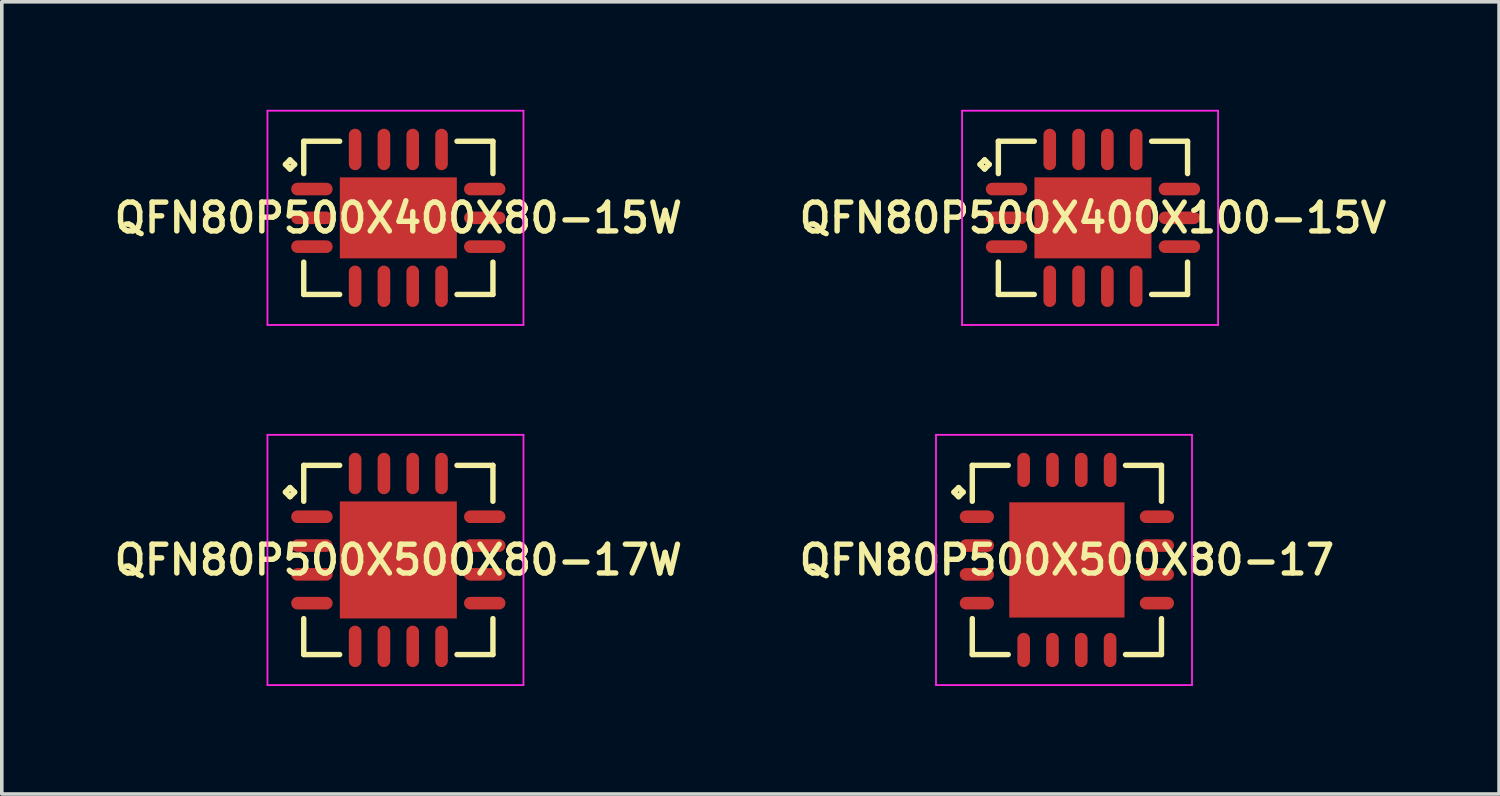
<source format=kicad_pcb>
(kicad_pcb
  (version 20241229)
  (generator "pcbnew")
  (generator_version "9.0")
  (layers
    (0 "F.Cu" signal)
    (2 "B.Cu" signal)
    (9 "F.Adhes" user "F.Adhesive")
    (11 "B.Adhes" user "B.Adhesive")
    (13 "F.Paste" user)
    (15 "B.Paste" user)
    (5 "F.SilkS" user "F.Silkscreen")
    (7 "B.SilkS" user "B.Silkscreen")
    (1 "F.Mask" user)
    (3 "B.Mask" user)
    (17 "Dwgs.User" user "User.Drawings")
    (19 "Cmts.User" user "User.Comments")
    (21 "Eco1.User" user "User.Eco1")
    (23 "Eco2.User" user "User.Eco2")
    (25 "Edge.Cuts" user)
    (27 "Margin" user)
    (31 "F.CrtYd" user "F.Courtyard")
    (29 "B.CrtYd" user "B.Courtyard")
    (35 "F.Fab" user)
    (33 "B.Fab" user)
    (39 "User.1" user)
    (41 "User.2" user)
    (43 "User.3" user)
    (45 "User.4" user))
  (footprint "QFN80P500X400X80-15W"
    (layer "F.Cu")
    (at 8.012 3)
    (property "Reference" "QFN80P500X400X80-15W" (at 0 0 0) (layer "F.SilkS") (effects (font (size 0.8 0.8) (thickness 0.15))))
    (attr smd)
    (fp_line (start -3.135 -1.483) (end -3.008 -1.61) (stroke (width 0.15) (type solid)) (layer "F.SilkS"))
    (fp_line (start -3.008 -1.61) (end -2.881 -1.483) (stroke (width 0.15) (type solid)) (layer "F.SilkS"))
    (fp_line (start -3.008 -1.356) (end -3.135 -1.483) (stroke (width 0.15) (type solid)) (layer "F.SilkS"))
    (fp_line (start -2.881 -1.483) (end -3.008 -1.356) (stroke (width 0.15) (type solid)) (layer "F.SilkS"))
    (fp_line (start -2.627 -2.127) (end -1.629 -2.127) (stroke (width 0.15) (type solid)) (layer "F.SilkS"))
    (fp_line (start -2.627 -1.229) (end -2.627 -2.127) (stroke (width 0.15) (type solid)) (layer "F.SilkS"))
    (fp_line (start -2.627 1.229) (end -2.627 2.127) (stroke (width 0.15) (type solid)) (layer "F.SilkS"))
    (fp_line (start -2.627 2.127) (end -1.629 2.127) (stroke (width 0.15) (type solid)) (layer "F.SilkS"))
    (fp_line (start 1.629 -2.127) (end 2.627 -2.127) (stroke (width 0.15) (type solid)) (layer "F.SilkS"))
    (fp_line (start 1.629 2.127) (end 2.627 2.127) (stroke (width 0.15) (type solid)) (layer "F.SilkS"))
    (fp_line (start 2.627 -2.127) (end 2.627 -1.229) (stroke (width 0.15) (type solid)) (layer "F.SilkS"))
    (fp_line (start 2.627 2.127) (end 2.627 1.229) (stroke (width 0.15) (type solid)) (layer "F.SilkS"))
    (fp_line (start -3.635 -2.975) (end 3.475 -2.975) (stroke (width 0.05) (type solid)) (layer "F.CrtYd"))
    (fp_line (start -3.635 2.975) (end -3.635 -2.975) (stroke (width 0.05) (type solid)) (layer "F.CrtYd"))
    (fp_line (start 3.475 -2.975) (end 3.475 2.975) (stroke (width 0.05) (type solid)) (layer "F.CrtYd"))
    (fp_line (start 3.475 2.975) (end -3.635 2.975) (stroke (width 0.05) (type solid)) (layer "F.CrtYd"))
    (pad "1" smd oval (at -2.4 -0.8) (size 1.15 0.35) (layers "F.Cu" "F.Mask" "F.Paste"))
    (pad "2" smd oval (at -2.4 0) (size 1.15 0.35) (layers "F.Cu" "F.Mask" "F.Paste"))
    (pad "3" smd oval (at -2.4 0.8) (size 1.15 0.35) (layers "F.Cu" "F.Mask" "F.Paste"))
    (pad "4" smd oval (at -1.2 1.9) (size 0.35 1.15) (layers "F.Cu" "F.Mask" "F.Paste"))
    (pad "5" smd oval (at -0.4 1.9) (size 0.35 1.15) (layers "F.Cu" "F.Mask" "F.Paste"))
    (pad "6" smd oval (at 0.4 1.9) (size 0.35 1.15) (layers "F.Cu" "F.Mask" "F.Paste"))
    (pad "7" smd oval (at 1.2 1.9) (size 0.35 1.15) (layers "F.Cu" "F.Mask" "F.Paste"))
    (pad "8" smd oval (at 2.4 0.8) (size 1.15 0.35) (layers "F.Cu" "F.Mask" "F.Paste"))
    (pad "9" smd oval (at 2.4 0) (size 1.15 0.35) (layers "F.Cu" "F.Mask" "F.Paste"))
    (pad "10" smd oval (at 2.4 -0.8) (size 1.15 0.35) (layers "F.Cu" "F.Mask" "F.Paste"))
    (pad "11" smd oval (at 1.2 -1.9) (size 0.35 1.15) (layers "F.Cu" "F.Mask" "F.Paste"))
    (pad "12" smd oval (at 0.4 -1.9) (size 0.35 1.15) (layers "F.Cu" "F.Mask" "F.Paste"))
    (pad "13" smd oval (at -0.4 -1.9) (size 0.35 1.15) (layers "F.Cu" "F.Mask" "F.Paste"))
    (pad "14" smd oval (at -1.2 -1.9) (size 0.35 1.15) (layers "F.Cu" "F.Mask" "F.Paste"))
    (pad "15" smd rect (at 0 0) (size 3.25 2.25) (layers "F.Cu" "F.Mask" "F.Paste")))
  (footprint "QFN80P500X500X80-17"
    (layer "F.Cu")
    (at 26.578 12.5)
    (property "Reference" "QFN80P500X500X80-17" (at 0 0 0) (layer "F.SilkS") (effects (font (size 0.8 0.8) (thickness 0.15))))
    (attr smd)
    (fp_line (start -3.135 -1.883) (end -3.008 -2.01) (stroke (width 0.15) (type solid)) (layer "F.SilkS"))
    (fp_line (start -3.008 -2.01) (end -2.881 -1.883) (stroke (width 0.15) (type solid)) (layer "F.SilkS"))
    (fp_line (start -3.008 -1.756) (end -3.135 -1.883) (stroke (width 0.15) (type solid)) (layer "F.SilkS"))
    (fp_line (start -2.881 -1.883) (end -3.008 -1.756) (stroke (width 0.15) (type solid)) (layer "F.SilkS"))
    (fp_line (start -2.627 -2.627) (end -1.629 -2.627) (stroke (width 0.15) (type solid)) (layer "F.SilkS"))
    (fp_line (start -2.627 -1.629) (end -2.627 -2.627) (stroke (width 0.15) (type solid)) (layer "F.SilkS"))
    (fp_line (start -2.627 1.629) (end -2.627 2.627) (stroke (width 0.15) (type solid)) (layer "F.SilkS"))
    (fp_line (start -2.627 2.627) (end -1.629 2.627) (stroke (width 0.15) (type solid)) (layer "F.SilkS"))
    (fp_line (start 1.629 -2.627) (end 2.627 -2.627) (stroke (width 0.15) (type solid)) (layer "F.SilkS"))
    (fp_line (start 1.629 2.627) (end 2.627 2.627) (stroke (width 0.15) (type solid)) (layer "F.SilkS"))
    (fp_line (start 2.627 -2.627) (end 2.627 -1.629) (stroke (width 0.15) (type solid)) (layer "F.SilkS"))
    (fp_line (start 2.627 2.627) (end 2.627 1.629) (stroke (width 0.15) (type solid)) (layer "F.SilkS"))
    (fp_line (start -3.635 -3.475) (end 3.475 -3.475) (stroke (width 0.05) (type solid)) (layer "F.CrtYd"))
    (fp_line (start -3.635 3.475) (end -3.635 -3.475) (stroke (width 0.05) (type solid)) (layer "F.CrtYd"))
    (fp_line (start 3.475 -3.475) (end 3.475 3.475) (stroke (width 0.05) (type solid)) (layer "F.CrtYd"))
    (fp_line (start 3.475 3.475) (end -3.635 3.475) (stroke (width 0.05) (type solid)) (layer "F.CrtYd"))
    (pad "1" smd oval (at -2.5 -1.2) (size 0.95 0.35) (layers "F.Cu" "F.Mask" "F.Paste"))
    (pad "2" smd oval (at -2.5 -0.4) (size 0.95 0.35) (layers "F.Cu" "F.Mask" "F.Paste"))
    (pad "3" smd oval (at -2.5 0.4) (size 0.95 0.35) (layers "F.Cu" "F.Mask" "F.Paste"))
    (pad "4" smd oval (at -2.5 1.2) (size 0.95 0.35) (layers "F.Cu" "F.Mask" "F.Paste"))
    (pad "5" smd oval (at -1.2 2.5) (size 0.35 0.95) (layers "F.Cu" "F.Mask" "F.Paste"))
    (pad "6" smd oval (at -0.4 2.5) (size 0.35 0.95) (layers "F.Cu" "F.Mask" "F.Paste"))
    (pad "7" smd oval (at 0.4 2.5) (size 0.35 0.95) (layers "F.Cu" "F.Mask" "F.Paste"))
    (pad "8" smd oval (at 1.2 2.5) (size 0.35 0.95) (layers "F.Cu" "F.Mask" "F.Paste"))
    (pad "9" smd oval (at 2.5 1.2) (size 0.95 0.35) (layers "F.Cu" "F.Mask" "F.Paste"))
    (pad "10" smd oval (at 2.5 0.4) (size 0.95 0.35) (layers "F.Cu" "F.Mask" "F.Paste"))
    (pad "11" smd oval (at 2.5 -0.4) (size 0.95 0.35) (layers "F.Cu" "F.Mask" "F.Paste"))
    (pad "12" smd oval (at 2.5 -1.2) (size 0.95 0.35) (layers "F.Cu" "F.Mask" "F.Paste"))
    (pad "13" smd oval (at 1.2 -2.5) (size 0.35 0.95) (layers "F.Cu" "F.Mask" "F.Paste"))
    (pad "14" smd oval (at 0.4 -2.5) (size 0.35 0.95) (layers "F.Cu" "F.Mask" "F.Paste"))
    (pad "15" smd oval (at -0.4 -2.5) (size 0.35 0.95) (layers "F.Cu" "F.Mask" "F.Paste"))
    (pad "16" smd oval (at -1.2 -2.5) (size 0.35 0.95) (layers "F.Cu" "F.Mask" "F.Paste"))
    (pad "17" smd rect (at 0 0) (size 3.2 3.2) (layers "F.Cu" "F.Mask" "F.Paste")))
  (footprint "QFN80P500X500X80-17W"
    (layer "F.Cu")
    (at 8.012 12.5)
    (property "Reference" "QFN80P500X500X80-17W" (at 0 0 0) (layer "F.SilkS") (effects (font (size 0.8 0.8) (thickness 0.15))))
    (attr smd)
    (fp_line (start -3.135 -1.883) (end -3.008 -2.01) (stroke (width 0.15) (type solid)) (layer "F.SilkS"))
    (fp_line (start -3.008 -2.01) (end -2.881 -1.883) (stroke (width 0.15) (type solid)) (layer "F.SilkS"))
    (fp_line (start -3.008 -1.756) (end -3.135 -1.883) (stroke (width 0.15) (type solid)) (layer "F.SilkS"))
    (fp_line (start -2.881 -1.883) (end -3.008 -1.756) (stroke (width 0.15) (type solid)) (layer "F.SilkS"))
    (fp_line (start -2.627 -2.627) (end -1.629 -2.627) (stroke (width 0.15) (type solid)) (layer "F.SilkS"))
    (fp_line (start -2.627 -1.629) (end -2.627 -2.627) (stroke (width 0.15) (type solid)) (layer "F.SilkS"))
    (fp_line (start -2.627 1.629) (end -2.627 2.627) (stroke (width 0.15) (type solid)) (layer "F.SilkS"))
    (fp_line (start -2.627 2.627) (end -1.629 2.627) (stroke (width 0.15) (type solid)) (layer "F.SilkS"))
    (fp_line (start 1.629 -2.627) (end 2.627 -2.627) (stroke (width 0.15) (type solid)) (layer "F.SilkS"))
    (fp_line (start 1.629 2.627) (end 2.627 2.627) (stroke (width 0.15) (type solid)) (layer "F.SilkS"))
    (fp_line (start 2.627 -2.627) (end 2.627 -1.629) (stroke (width 0.15) (type solid)) (layer "F.SilkS"))
    (fp_line (start 2.627 2.627) (end 2.627 1.629) (stroke (width 0.15) (type solid)) (layer "F.SilkS"))
    (fp_line (start -3.635 -3.475) (end 3.475 -3.475) (stroke (width 0.05) (type solid)) (layer "F.CrtYd"))
    (fp_line (start -3.635 3.475) (end -3.635 -3.475) (stroke (width 0.05) (type solid)) (layer "F.CrtYd"))
    (fp_line (start 3.475 -3.475) (end 3.475 3.475) (stroke (width 0.05) (type solid)) (layer "F.CrtYd"))
    (fp_line (start 3.475 3.475) (end -3.635 3.475) (stroke (width 0.05) (type solid)) (layer "F.CrtYd"))
    (pad "1" smd oval (at -2.4 -1.2) (size 1.15 0.35) (layers "F.Cu" "F.Mask" "F.Paste"))
    (pad "2" smd oval (at -2.4 -0.4) (size 1.15 0.35) (layers "F.Cu" "F.Mask" "F.Paste"))
    (pad "3" smd oval (at -2.4 0.4) (size 1.15 0.35) (layers "F.Cu" "F.Mask" "F.Paste"))
    (pad "4" smd oval (at -2.4 1.2) (size 1.15 0.35) (layers "F.Cu" "F.Mask" "F.Paste"))
    (pad "5" smd oval (at -1.2 2.4) (size 0.35 1.15) (layers "F.Cu" "F.Mask" "F.Paste"))
    (pad "6" smd oval (at -0.4 2.4) (size 0.35 1.15) (layers "F.Cu" "F.Mask" "F.Paste"))
    (pad "7" smd oval (at 0.4 2.4) (size 0.35 1.15) (layers "F.Cu" "F.Mask" "F.Paste"))
    (pad "8" smd oval (at 1.2 2.4) (size 0.35 1.15) (layers "F.Cu" "F.Mask" "F.Paste"))
    (pad "9" smd oval (at 2.4 1.2) (size 1.15 0.35) (layers "F.Cu" "F.Mask" "F.Paste"))
    (pad "10" smd oval (at 2.4 0.4) (size 1.15 0.35) (layers "F.Cu" "F.Mask" "F.Paste"))
    (pad "11" smd oval (at 2.4 -0.4) (size 1.15 0.35) (layers "F.Cu" "F.Mask" "F.Paste"))
    (pad "12" smd oval (at 2.4 -1.2) (size 1.15 0.35) (layers "F.Cu" "F.Mask" "F.Paste"))
    (pad "13" smd oval (at 1.2 -2.4) (size 0.35 1.15) (layers "F.Cu" "F.Mask" "F.Paste"))
    (pad "14" smd oval (at 0.4 -2.4) (size 0.35 1.15) (layers "F.Cu" "F.Mask" "F.Paste"))
    (pad "15" smd oval (at -0.4 -2.4) (size 0.35 1.15) (layers "F.Cu" "F.Mask" "F.Paste"))
    (pad "16" smd oval (at -1.2 -2.4) (size 0.35 1.15) (layers "F.Cu" "F.Mask" "F.Paste"))
    (pad "17" smd rect (at 0 0) (size 3.25 3.25) (layers "F.Cu" "F.Mask" "F.Paste")))
  (footprint "QFN80P500X400X100-15V"
    (layer "F.Cu")
    (at 27.302 3)
    (property "Reference" "QFN80P500X400X100-15V" (at 0 0 0) (layer "F.SilkS") (effects (font (size 0.8 0.8) (thickness 0.15))))
    (attr smd)
    (fp_line (start -3.135 -1.483) (end -3.008 -1.61) (stroke (width 0.15) (type solid)) (layer "F.SilkS"))
    (fp_line (start -3.008 -1.61) (end -2.881 -1.483) (stroke (width 0.15) (type solid)) (layer "F.SilkS"))
    (fp_line (start -3.008 -1.356) (end -3.135 -1.483) (stroke (width 0.15) (type solid)) (layer "F.SilkS"))
    (fp_line (start -2.881 -1.483) (end -3.008 -1.356) (stroke (width 0.15) (type solid)) (layer "F.SilkS"))
    (fp_line (start -2.627 -2.127) (end -1.629 -2.127) (stroke (width 0.15) (type solid)) (layer "F.SilkS"))
    (fp_line (start -2.627 -1.229) (end -2.627 -2.127) (stroke (width 0.15) (type solid)) (layer "F.SilkS"))
    (fp_line (start -2.627 1.229) (end -2.627 2.127) (stroke (width 0.15) (type solid)) (layer "F.SilkS"))
    (fp_line (start -2.627 2.127) (end -1.629 2.127) (stroke (width 0.15) (type solid)) (layer "F.SilkS"))
    (fp_line (start 1.629 -2.127) (end 2.627 -2.127) (stroke (width 0.15) (type solid)) (layer "F.SilkS"))
    (fp_line (start 1.629 2.127) (end 2.627 2.127) (stroke (width 0.15) (type solid)) (layer "F.SilkS"))
    (fp_line (start 2.627 -2.127) (end 2.627 -1.229) (stroke (width 0.15) (type solid)) (layer "F.SilkS"))
    (fp_line (start 2.627 2.127) (end 2.627 1.229) (stroke (width 0.15) (type solid)) (layer "F.SilkS"))
    (fp_line (start -3.635 -2.975) (end 3.475 -2.975) (stroke (width 0.05) (type solid)) (layer "F.CrtYd"))
    (fp_line (start -3.635 2.975) (end -3.635 -2.975) (stroke (width 0.05) (type solid)) (layer "F.CrtYd"))
    (fp_line (start 3.475 -2.975) (end 3.475 2.975) (stroke (width 0.05) (type solid)) (layer "F.CrtYd"))
    (fp_line (start 3.475 2.975) (end -3.635 2.975) (stroke (width 0.05) (type solid)) (layer "F.CrtYd"))
    (pad "1" smd oval (at -2.4 -0.8) (size 1.15 0.35) (layers "F.Cu" "F.Mask" "F.Paste"))
    (pad "2" smd oval (at -2.4 0) (size 1.15 0.35) (layers "F.Cu" "F.Mask" "F.Paste"))
    (pad "3" smd oval (at -2.4 0.8) (size 1.15 0.35) (layers "F.Cu" "F.Mask" "F.Paste"))
    (pad "4" smd oval (at -1.2 1.9) (size 0.35 1.15) (layers "F.Cu" "F.Mask" "F.Paste"))
    (pad "5" smd oval (at -0.4 1.9) (size 0.35 1.15) (layers "F.Cu" "F.Mask" "F.Paste"))
    (pad "6" smd oval (at 0.4 1.9) (size 0.35 1.15) (layers "F.Cu" "F.Mask" "F.Paste"))
    (pad "7" smd oval (at 1.2 1.9) (size 0.35 1.15) (layers "F.Cu" "F.Mask" "F.Paste"))
    (pad "8" smd oval (at 2.4 0.8) (size 1.15 0.35) (layers "F.Cu" "F.Mask" "F.Paste"))
    (pad "9" smd oval (at 2.4 0) (size 1.15 0.35) (layers "F.Cu" "F.Mask" "F.Paste"))
    (pad "10" smd oval (at 2.4 -0.8) (size 1.15 0.35) (layers "F.Cu" "F.Mask" "F.Paste"))
    (pad "11" smd oval (at 1.2 -1.9) (size 0.35 1.15) (layers "F.Cu" "F.Mask" "F.Paste"))
    (pad "12" smd oval (at 0.4 -1.9) (size 0.35 1.15) (layers "F.Cu" "F.Mask" "F.Paste"))
    (pad "13" smd oval (at -0.4 -1.9) (size 0.35 1.15) (layers "F.Cu" "F.Mask" "F.Paste"))
    (pad "14" smd oval (at -1.2 -1.9) (size 0.35 1.15) (layers "F.Cu" "F.Mask" "F.Paste"))
    (pad "15" smd rect (at 0 0) (size 3.25 2.25) (layers "F.Cu" "F.Mask" "F.Paste")))
  (gr_rect
    (start -3 -3)
    (end 38.58 19)
    (stroke (width 0.1) (type default))
    (fill no)
    (layer "Edge.Cuts")))
</source>
